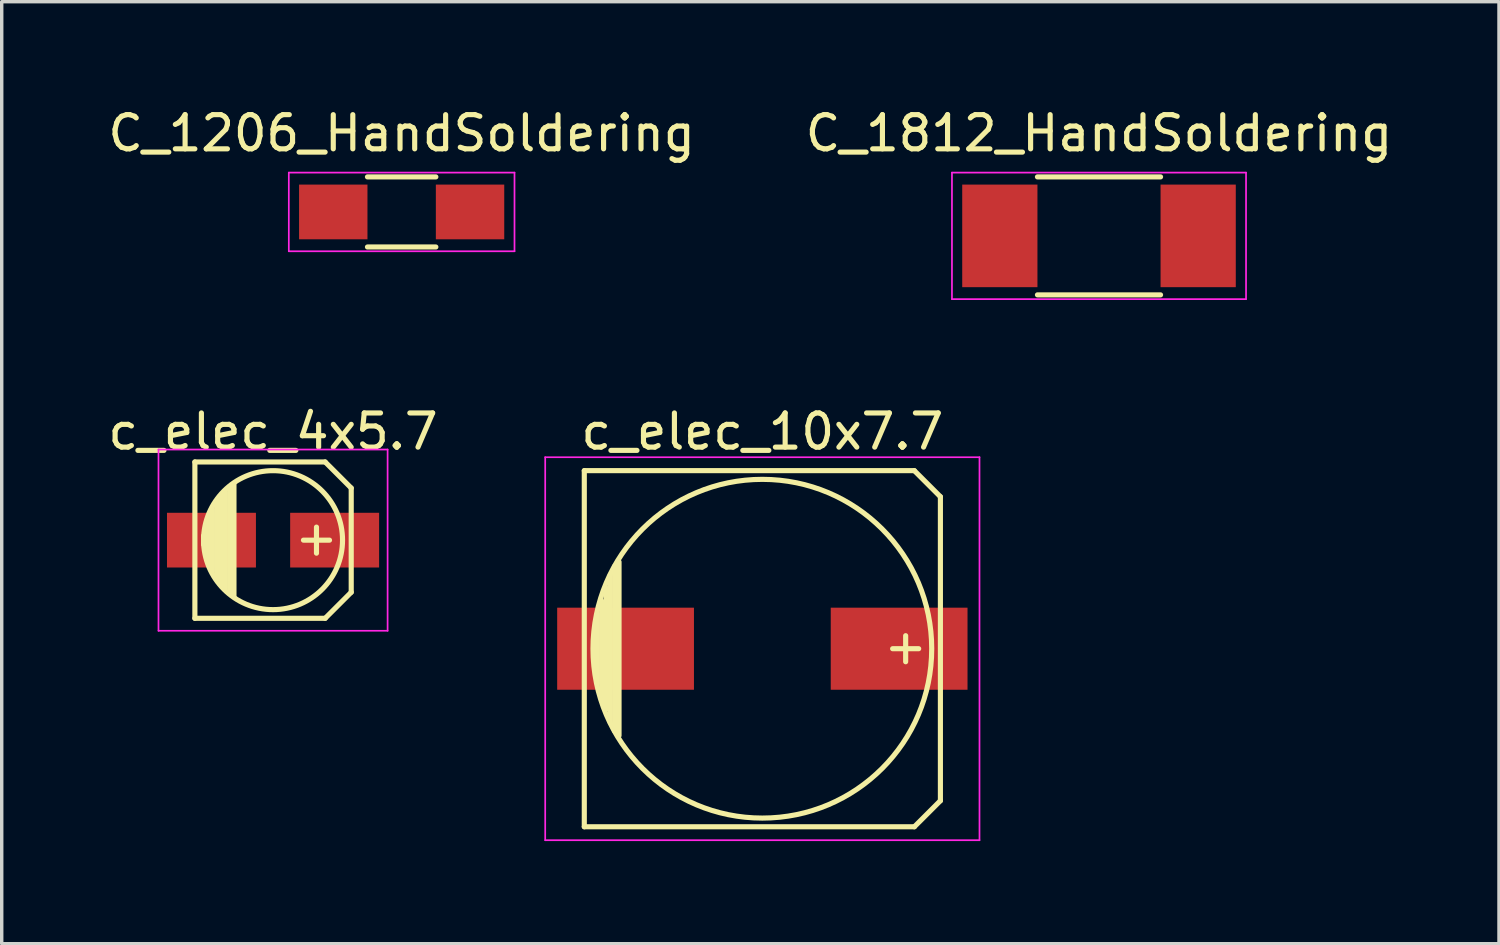
<source format=kicad_pcb>
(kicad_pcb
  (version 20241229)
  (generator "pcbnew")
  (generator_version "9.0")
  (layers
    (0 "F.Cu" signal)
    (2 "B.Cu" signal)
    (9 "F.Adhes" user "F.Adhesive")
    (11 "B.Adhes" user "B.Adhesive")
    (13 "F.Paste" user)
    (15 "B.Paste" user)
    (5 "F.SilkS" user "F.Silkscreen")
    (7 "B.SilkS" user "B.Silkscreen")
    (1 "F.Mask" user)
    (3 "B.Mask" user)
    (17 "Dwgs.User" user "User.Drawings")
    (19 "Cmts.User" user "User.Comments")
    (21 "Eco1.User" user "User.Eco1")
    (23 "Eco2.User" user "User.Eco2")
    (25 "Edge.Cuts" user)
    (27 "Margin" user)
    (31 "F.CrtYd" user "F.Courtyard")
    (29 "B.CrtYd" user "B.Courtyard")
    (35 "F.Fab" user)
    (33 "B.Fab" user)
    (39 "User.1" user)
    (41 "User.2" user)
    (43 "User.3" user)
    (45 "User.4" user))
  (footprint "C_1206_HandSoldering"
    (layer "F.Cu")
    (at 8.696 3.148)
    (property "Reference" "C_1206_HandSoldering" (at 0 -2.3 0) (layer "F.SilkS") (effects (font (size 1 1) (thickness 0.15))))
    (attr smd)
    (fp_line (start -1 1.025) (end 1 1.025) (stroke (width 0.15) (type solid)) (layer "F.SilkS"))
    (fp_line (start 1 -1.025) (end -1 -1.025) (stroke (width 0.15) (type solid)) (layer "F.SilkS"))
    (fp_line (start -3.3 -1.15) (end -3.3 1.15) (stroke (width 0.05) (type solid)) (layer "F.CrtYd"))
    (fp_line (start -3.3 -1.15) (end 3.3 -1.15) (stroke (width 0.05) (type solid)) (layer "F.CrtYd"))
    (fp_line (start -3.3 1.15) (end 3.3 1.15) (stroke (width 0.05) (type solid)) (layer "F.CrtYd"))
    (fp_line (start 3.3 -1.15) (end 3.3 1.15) (stroke (width 0.05) (type solid)) (layer "F.CrtYd"))
    (pad "1" smd rect (at -2 0) (size 2 1.6) (layers "F.Cu" "F.Mask" "F.Paste"))
    (pad "2" smd rect (at 2 0) (size 2 1.6) (layers "F.Cu" "F.Mask" "F.Paste")))
  (footprint "C_1812_HandSoldering"
    (layer "F.Cu")
    (at 29.089 3.848)
    (property "Reference" "C_1812_HandSoldering" (at 0 -3 0) (layer "F.SilkS") (effects (font (size 1 1) (thickness 0.15))))
    (attr smd)
    (fp_line (start -1.8 1.725) (end 1.8 1.725) (stroke (width 0.15) (type solid)) (layer "F.SilkS"))
    (fp_line (start 1.8 -1.725) (end -1.8 -1.725) (stroke (width 0.15) (type solid)) (layer "F.SilkS"))
    (fp_line (start -4.3 -1.85) (end -4.3 1.85) (stroke (width 0.05) (type solid)) (layer "F.CrtYd"))
    (fp_line (start -4.3 -1.85) (end 4.3 -1.85) (stroke (width 0.05) (type solid)) (layer "F.CrtYd"))
    (fp_line (start -4.3 1.85) (end 4.3 1.85) (stroke (width 0.05) (type solid)) (layer "F.CrtYd"))
    (fp_line (start 4.3 -1.85) (end 4.3 1.85) (stroke (width 0.05) (type solid)) (layer "F.CrtYd"))
    (pad "1" smd rect (at -2.9 0) (size 2.2 3) (layers "F.Cu" "F.Mask" "F.Paste"))
    (pad "2" smd rect (at 2.9 0) (size 2.2 3) (layers "F.Cu" "F.Mask" "F.Paste")))
  (footprint "c_elec_4x5.7"
    (layer "F.Cu")
    (at 4.935 12.746)
    (property "Reference" "c_elec_4x5.7" (at 0 -3.175 0) (layer "F.SilkS") (effects (font (size 1 1) (thickness 0.15))))
    (attr smd)
    (fp_line (start -2.286 -2.286) (end -2.286 2.286) (stroke (width 0.15) (type solid)) (layer "F.SilkS"))
    (fp_line (start -2.032 0.127) (end -2.032 -0.127) (stroke (width 0.15) (type solid)) (layer "F.SilkS"))
    (fp_line (start -1.905 -0.635) (end -1.905 0.635) (stroke (width 0.15) (type solid)) (layer "F.SilkS"))
    (fp_line (start -1.778 0.889) (end -1.778 -0.889) (stroke (width 0.15) (type solid)) (layer "F.SilkS"))
    (fp_line (start -1.651 1.143) (end -1.651 -1.143) (stroke (width 0.15) (type solid)) (layer "F.SilkS"))
    (fp_line (start -1.524 -1.27) (end -1.524 1.27) (stroke (width 0.15) (type solid)) (layer "F.SilkS"))
    (fp_line (start -1.397 1.397) (end -1.397 -1.397) (stroke (width 0.15) (type solid)) (layer "F.SilkS"))
    (fp_line (start -1.27 -1.524) (end -1.27 1.524) (stroke (width 0.15) (type solid)) (layer "F.SilkS"))
    (fp_line (start -1.143 -1.651) (end -1.143 1.651) (stroke (width 0.15) (type solid)) (layer "F.SilkS"))
    (fp_line (start 1.27 -0.381) (end 1.27 0.381) (stroke (width 0.15) (type solid)) (layer "F.SilkS"))
    (fp_line (start 1.524 -2.286) (end -2.286 -2.286) (stroke (width 0.15) (type solid)) (layer "F.SilkS"))
    (fp_line (start 1.524 -2.286) (end 2.286 -1.524) (stroke (width 0.15) (type solid)) (layer "F.SilkS"))
    (fp_line (start 1.524 2.286) (end -2.286 2.286) (stroke (width 0.15) (type solid)) (layer "F.SilkS"))
    (fp_line (start 1.524 2.286) (end 2.286 1.524) (stroke (width 0.15) (type solid)) (layer "F.SilkS"))
    (fp_line (start 1.651 0) (end 0.889 0) (stroke (width 0.15) (type solid)) (layer "F.SilkS"))
    (fp_line (start 2.286 -1.524) (end 2.286 1.524) (stroke (width 0.15) (type solid)) (layer "F.SilkS"))
    (fp_circle (center 0 0) (end -2.032 0) (stroke (width 0.15) (type solid)) (fill no) (layer "F.SilkS"))
    (fp_line (start -3.35 -2.65) (end 3.35 -2.65) (stroke (width 0.05) (type solid)) (layer "F.CrtYd"))
    (fp_line (start -3.35 2.65) (end -3.35 -2.65) (stroke (width 0.05) (type solid)) (layer "F.CrtYd"))
    (fp_line (start 3.35 -2.65) (end 3.35 2.65) (stroke (width 0.05) (type solid)) (layer "F.CrtYd"))
    (fp_line (start 3.35 2.65) (end -3.35 2.65) (stroke (width 0.05) (type solid)) (layer "F.CrtYd"))
    (pad "1" smd rect (at 1.801 0) (size 2.601 1.6) (layers "F.Cu" "F.Mask" "F.Paste"))
    (pad "2" smd rect (at -1.801 0) (size 2.601 1.6) (layers "F.Cu" "F.Mask" "F.Paste")))
  (footprint "c_elec_10x7.7"
    (layer "F.Cu")
    (at 19.244 15.921)
    (property "Reference" "c_elec_10x7.7" (at 0 -6.35 0) (layer "F.SilkS") (effects (font (size 1 1) (thickness 0.15))))
    (attr smd)
    (fp_line (start -5.207 -5.207) (end -5.207 5.207) (stroke (width 0.15) (type solid)) (layer "F.SilkS"))
    (fp_line (start -5.207 5.207) (end 4.445 5.207) (stroke (width 0.15) (type solid)) (layer "F.SilkS"))
    (fp_line (start -4.826 1.016) (end -4.826 -1.016) (stroke (width 0.15) (type solid)) (layer "F.SilkS"))
    (fp_line (start -4.699 -1.397) (end -4.699 1.524) (stroke (width 0.15) (type solid)) (layer "F.SilkS"))
    (fp_line (start -4.572 1.778) (end -4.572 -1.778) (stroke (width 0.15) (type solid)) (layer "F.SilkS"))
    (fp_line (start -4.445 -2.159) (end -4.445 2.159) (stroke (width 0.15) (type solid)) (layer "F.SilkS"))
    (fp_line (start -4.318 2.413) (end -4.318 -2.413) (stroke (width 0.15) (type solid)) (layer "F.SilkS"))
    (fp_line (start -4.191 -2.54) (end -4.191 2.54) (stroke (width 0.15) (type solid)) (layer "F.SilkS"))
    (fp_line (start 4.191 -0.381) (end 4.191 0.381) (stroke (width 0.15) (type solid)) (layer "F.SilkS"))
    (fp_line (start 4.445 -5.207) (end -5.207 -5.207) (stroke (width 0.15) (type solid)) (layer "F.SilkS"))
    (fp_line (start 4.445 5.207) (end 5.207 4.445) (stroke (width 0.15) (type solid)) (layer "F.SilkS"))
    (fp_line (start 4.572 0) (end 3.81 0) (stroke (width 0.15) (type solid)) (layer "F.SilkS"))
    (fp_line (start 5.207 -4.445) (end 4.445 -5.207) (stroke (width 0.15) (type solid)) (layer "F.SilkS"))
    (fp_line (start 5.207 4.445) (end 5.207 -4.445) (stroke (width 0.15) (type solid)) (layer "F.SilkS"))
    (fp_circle (center 0 0) (end 4.953 0) (stroke (width 0.15) (type solid)) (fill no) (layer "F.SilkS"))
    (fp_line (start -6.35 -5.6) (end 6.35 -5.6) (stroke (width 0.05) (type solid)) (layer "F.CrtYd"))
    (fp_line (start -6.35 5.6) (end -6.35 -5.6) (stroke (width 0.05) (type solid)) (layer "F.CrtYd"))
    (fp_line (start 6.35 -5.6) (end 6.35 5.6) (stroke (width 0.05) (type solid)) (layer "F.CrtYd"))
    (fp_line (start 6.35 5.6) (end -6.35 5.6) (stroke (width 0.05) (type solid)) (layer "F.CrtYd"))
    (pad "1" smd rect (at 4 0) (size 4 2.4) (layers "F.Cu" "F.Mask" "F.Paste"))
    (pad "2" smd rect (at -4 0) (size 4 2.4) (layers "F.Cu" "F.Mask" "F.Paste")))
  (gr_rect
    (start -3 -3)
    (end 40.786 24.547)
    (stroke (width 0.1) (type default))
    (fill no)
    (layer "Edge.Cuts")))
</source>
